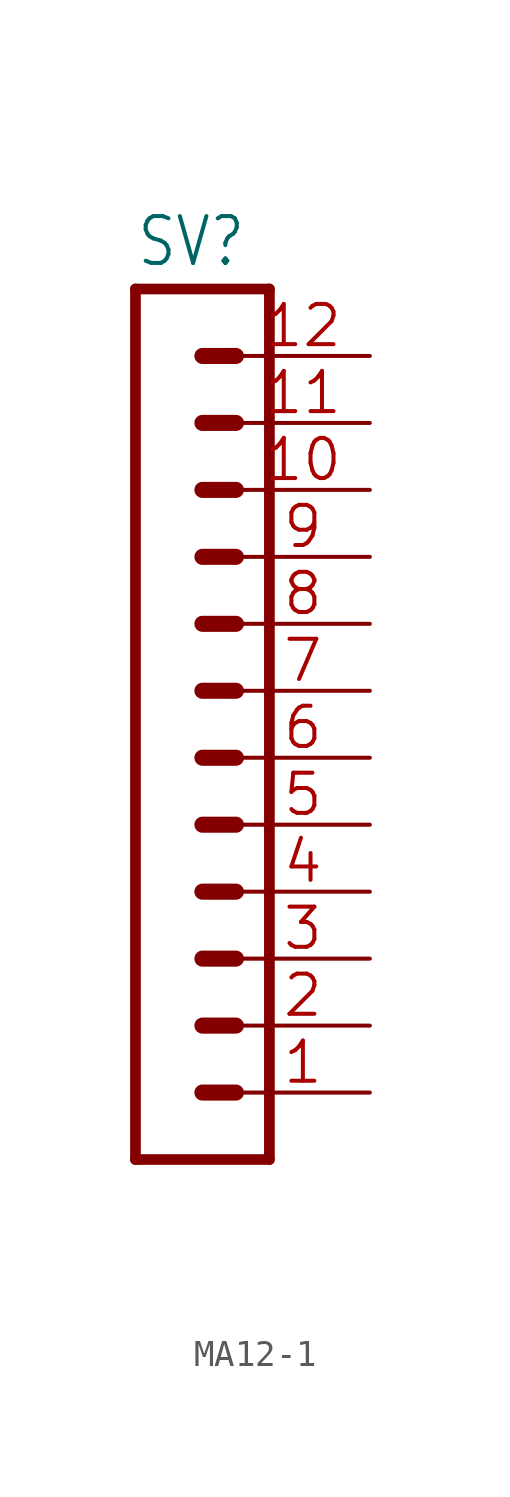
<source format=kicad_sym>
(kicad_symbol_lib
  (version 20241209)
  (generator "kicad_symbol_editor")
  (generator_version "9.0")
  (symbol "MA12-1"
    (property "Reference" "SV"
      (at -1.27 18.542 0)
      (effects (font (size 1.778 1.511)) (justify left bottom)))
    (property "Value" ""
      (at -1.27 -17.78 0)
      (effects (font (size 1.778 1.511)) (justify left bottom)))
    (property "ki_locked" ""
      (at 0 0 0)
      (effects (font (size 1.27 1.27))))
    (symbol "MA12-1_1_0"
      (polyline (pts (xy -1.27 17.78) (xy -1.27 -15.24)) (stroke (width 0.406) (type solid)) (fill (type none)))
      (polyline (pts (xy -1.27 17.78) (xy 3.81 17.78)) (stroke (width 0.406) (type solid)) (fill (type none)))
      (polyline (pts (xy 1.27 15.24) (xy 2.54 15.24)) (stroke (width 0.61) (type solid)) (fill (type none)))
      (polyline (pts (xy 1.27 12.7) (xy 2.54 12.7)) (stroke (width 0.61) (type solid)) (fill (type none)))
      (polyline (pts (xy 1.27 10.16) (xy 2.54 10.16)) (stroke (width 0.61) (type solid)) (fill (type none)))
      (polyline (pts (xy 1.27 7.62) (xy 2.54 7.62)) (stroke (width 0.61) (type solid)) (fill (type none)))
      (polyline (pts (xy 1.27 5.08) (xy 2.54 5.08)) (stroke (width 0.61) (type solid)) (fill (type none)))
      (polyline (pts (xy 1.27 2.54) (xy 2.54 2.54)) (stroke (width 0.61) (type solid)) (fill (type none)))
      (polyline (pts (xy 1.27 0) (xy 2.54 0)) (stroke (width 0.61) (type solid)) (fill (type none)))
      (polyline (pts (xy 1.27 -2.54) (xy 2.54 -2.54)) (stroke (width 0.61) (type solid)) (fill (type none)))
      (polyline (pts (xy 1.27 -5.08) (xy 2.54 -5.08)) (stroke (width 0.61) (type solid)) (fill (type none)))
      (polyline (pts (xy 1.27 -7.62) (xy 2.54 -7.62)) (stroke (width 0.61) (type solid)) (fill (type none)))
      (polyline (pts (xy 1.27 -10.16) (xy 2.54 -10.16)) (stroke (width 0.61) (type solid)) (fill (type none)))
      (polyline (pts (xy 1.27 -12.7) (xy 2.54 -12.7)) (stroke (width 0.61) (type solid)) (fill (type none)))
      (polyline (pts (xy 3.81 -15.24) (xy -1.27 -15.24)) (stroke (width 0.406) (type solid)) (fill (type none)))
      (polyline (pts (xy 3.81 -15.24) (xy 3.81 17.78)) (stroke (width 0.406) (type solid)) (fill (type none)))
      (pin passive line (at 7.62 15.24 180) (length 5.08) (name "12" (effects (font (size 0 0)))) (number "12" (effects (font (size 1.524 1.524)))))
      (pin passive line (at 7.62 12.7 180) (length 5.08) (name "11" (effects (font (size 0 0)))) (number "11" (effects (font (size 1.524 1.524)))))
      (pin passive line (at 7.62 10.16 180) (length 5.08) (name "10" (effects (font (size 0 0)))) (number "10" (effects (font (size 1.524 1.524)))))
      (pin passive line (at 7.62 7.62 180) (length 5.08) (name "9" (effects (font (size 0 0)))) (number "9" (effects (font (size 1.524 1.524)))))
      (pin passive line (at 7.62 5.08 180) (length 5.08) (name "8" (effects (font (size 0 0)))) (number "8" (effects (font (size 1.524 1.524)))))
      (pin passive line (at 7.62 2.54 180) (length 5.08) (name "7" (effects (font (size 0 0)))) (number "7" (effects (font (size 1.524 1.524)))))
      (pin passive line (at 7.62 0 180) (length 5.08) (name "6" (effects (font (size 0 0)))) (number "6" (effects (font (size 1.524 1.524)))))
      (pin passive line (at 7.62 -2.54 180) (length 5.08) (name "5" (effects (font (size 0 0)))) (number "5" (effects (font (size 1.524 1.524)))))
      (pin passive line (at 7.62 -5.08 180) (length 5.08) (name "4" (effects (font (size 0 0)))) (number "4" (effects (font (size 1.524 1.524)))))
      (pin passive line (at 7.62 -7.62 180) (length 5.08) (name "3" (effects (font (size 0 0)))) (number "3" (effects (font (size 1.524 1.524)))))
      (pin passive line (at 7.62 -10.16 180) (length 5.08) (name "2" (effects (font (size 0 0)))) (number "2" (effects (font (size 1.524 1.524)))))
      (pin passive line (at 7.62 -12.7 180) (length 5.08) (name "1" (effects (font (size 0 0)))) (number "1" (effects (font (size 1.524 1.524))))))))
</source>
